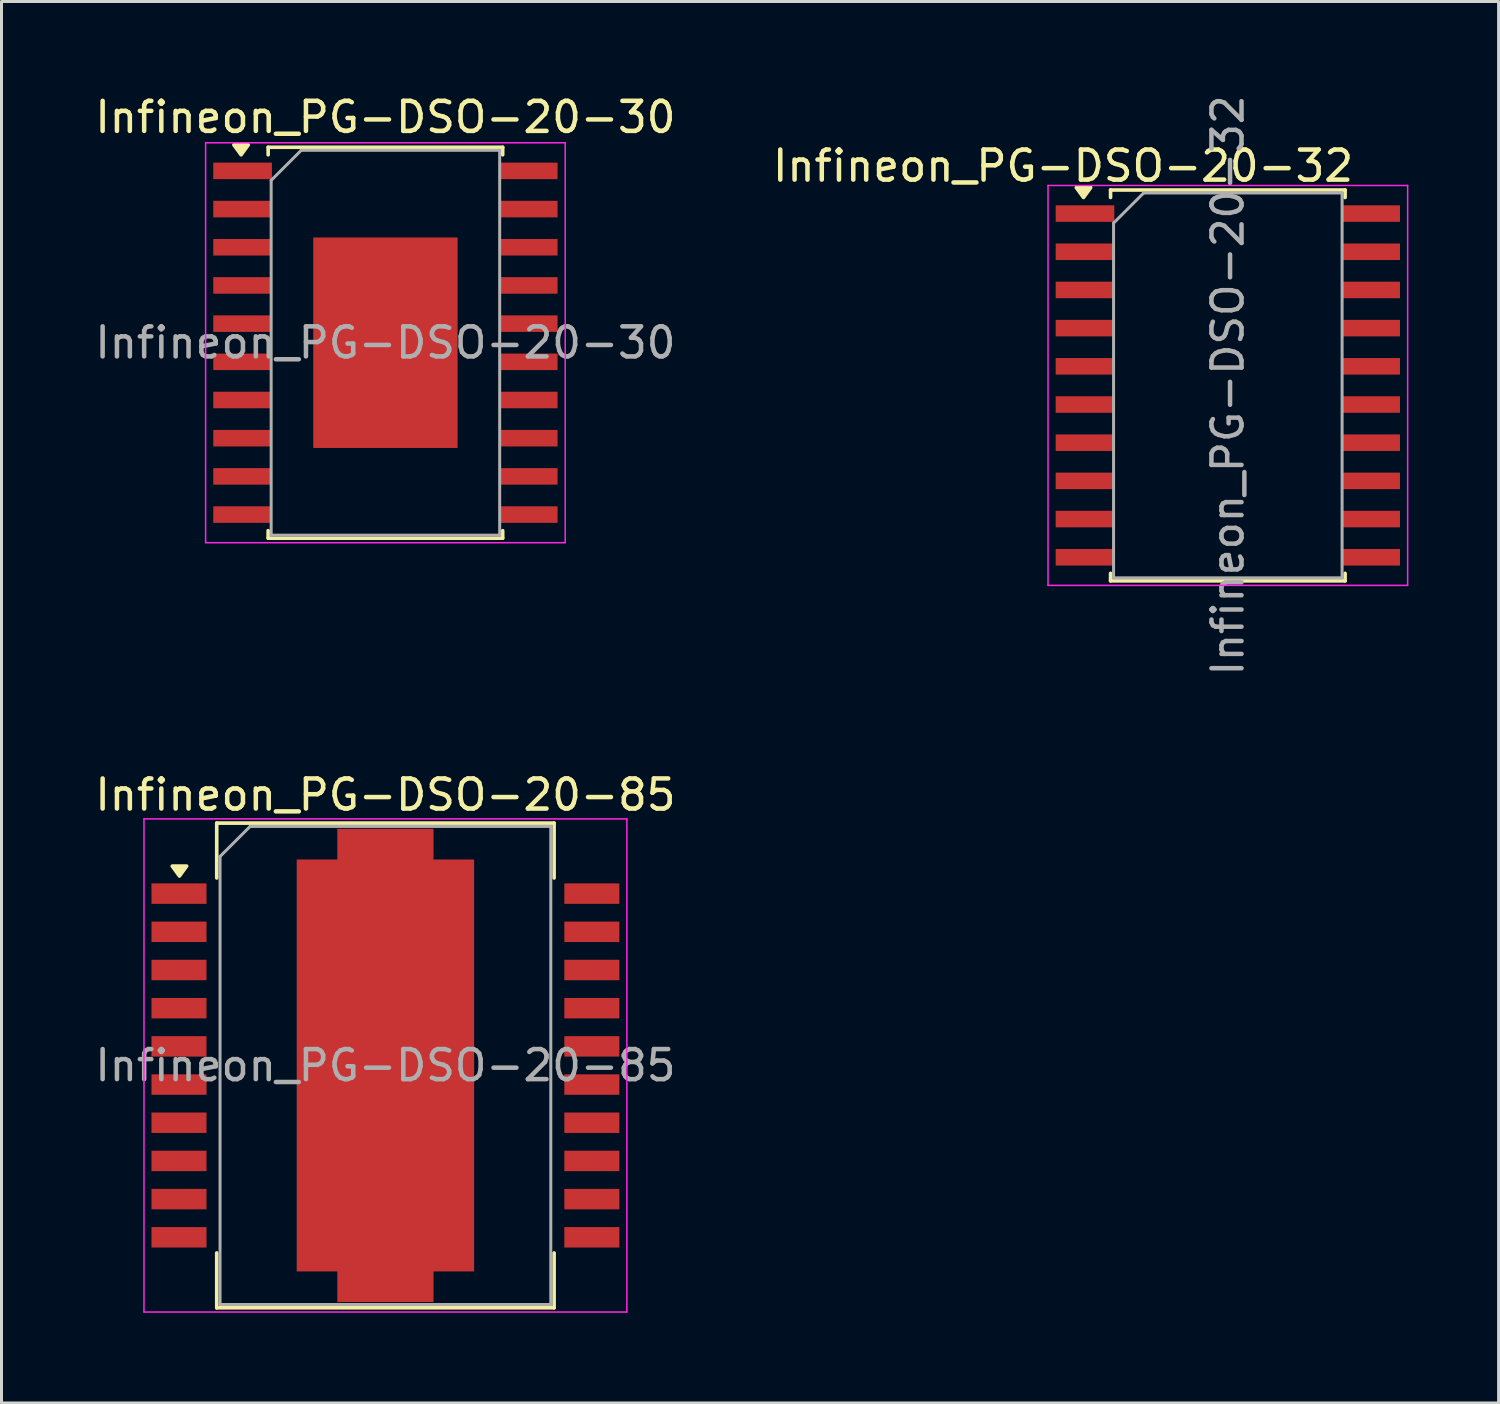
<source format=kicad_pcb>
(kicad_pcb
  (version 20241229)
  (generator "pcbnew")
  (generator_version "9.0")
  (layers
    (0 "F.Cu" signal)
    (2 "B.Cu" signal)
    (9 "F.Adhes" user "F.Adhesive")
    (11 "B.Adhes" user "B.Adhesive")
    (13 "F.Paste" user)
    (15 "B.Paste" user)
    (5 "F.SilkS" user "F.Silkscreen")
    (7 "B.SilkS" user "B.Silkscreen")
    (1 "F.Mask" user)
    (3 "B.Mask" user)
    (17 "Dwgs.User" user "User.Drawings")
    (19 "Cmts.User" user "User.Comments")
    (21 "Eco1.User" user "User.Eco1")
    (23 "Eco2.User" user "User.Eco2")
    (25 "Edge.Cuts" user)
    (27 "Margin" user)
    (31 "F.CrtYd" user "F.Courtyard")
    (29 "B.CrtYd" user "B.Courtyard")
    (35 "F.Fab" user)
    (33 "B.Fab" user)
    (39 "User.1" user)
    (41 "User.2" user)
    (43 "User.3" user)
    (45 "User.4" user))
  (footprint "Infineon_PG-DSO-20-32"
    (layer "F.Cu")
    (at 37.784 9.768)
    (property "Reference" "Infineon_PG-DSO-20-32" (at -5.48 -7.3 0) (layer "F.SilkS") (effects (font (size 1 1) (thickness 0.15))))
    (attr smd)
    (fp_line (start -3.9 -6.5) (end 3.9 -6.5) (stroke (width 0.12) (type solid)) (layer "F.SilkS"))
    (fp_line (start -3.9 -6.25) (end -3.9 -6.5) (stroke (width 0.12) (type solid)) (layer "F.SilkS"))
    (fp_line (start -3.9 6.5) (end -3.9 6.25) (stroke (width 0.12) (type solid)) (layer "F.SilkS"))
    (fp_line (start 3.9 -6.25) (end 3.9 -6.5) (stroke (width 0.12) (type solid)) (layer "F.SilkS"))
    (fp_line (start 3.9 6.5) (end -3.9 6.5) (stroke (width 0.12) (type solid)) (layer "F.SilkS"))
    (fp_line (start 3.9 6.5) (end 3.9 6.25) (stroke (width 0.12) (type solid)) (layer "F.SilkS"))
    (fp_poly (pts (xy -4.8 -6.25) (xy -5.04 -6.58) (xy -4.56 -6.58) (xy -4.8 -6.25)) (stroke (width 0.12) (type solid)) (fill yes) (layer "F.SilkS"))
    (fp_line (start -5.98 -6.65) (end 5.98 -6.65) (stroke (width 0.05) (type solid)) (layer "F.CrtYd"))
    (fp_line (start -5.98 6.65) (end -5.98 -6.65) (stroke (width 0.05) (type solid)) (layer "F.CrtYd"))
    (fp_line (start -5.98 6.65) (end 5.98 6.65) (stroke (width 0.05) (type solid)) (layer "F.CrtYd"))
    (fp_line (start 5.98 6.65) (end 5.98 -6.65) (stroke (width 0.05) (type solid)) (layer "F.CrtYd"))
    (fp_line (start -3.8 -5.4) (end -2.8 -6.4) (stroke (width 0.1) (type solid)) (layer "F.Fab"))
    (fp_line (start -3.8 6.4) (end -3.8 -5.4) (stroke (width 0.1) (type solid)) (layer "F.Fab"))
    (fp_line (start -2.8 -6.4) (end 3.8 -6.4) (stroke (width 0.1) (type solid)) (layer "F.Fab"))
    (fp_line (start 3.8 -6.4) (end 3.8 6.4) (stroke (width 0.1) (type solid)) (layer "F.Fab"))
    (fp_line (start 3.8 6.4) (end -3.8 6.4) (stroke (width 0.1) (type solid)) (layer "F.Fab"))
    (fp_text user "${REFERENCE}" (at 0 0 90) (layer "F.Fab") (effects (font (size 1 1) (thickness 0.15))))
    (pad "1" smd rect (at -4.75 -5.715 90) (size 0.55 1.95) (layers "F.Cu" "F.Mask" "F.Paste"))
    (pad "2" smd rect (at -4.75 -4.445 90) (size 0.55 1.95) (layers "F.Cu" "F.Mask" "F.Paste"))
    (pad "3" smd rect (at -4.75 -3.175 90) (size 0.55 1.95) (layers "F.Cu" "F.Mask" "F.Paste"))
    (pad "4" smd rect (at -4.75 -1.905 90) (size 0.55 1.95) (layers "F.Cu" "F.Mask" "F.Paste"))
    (pad "5" smd rect (at -4.75 -0.635 90) (size 0.55 1.95) (layers "F.Cu" "F.Mask" "F.Paste"))
    (pad "6" smd rect (at -4.75 0.635 90) (size 0.55 1.95) (layers "F.Cu" "F.Mask" "F.Paste"))
    (pad "7" smd rect (at -4.75 1.905 90) (size 0.55 1.95) (layers "F.Cu" "F.Mask" "F.Paste"))
    (pad "8" smd rect (at -4.75 3.175 90) (size 0.55 1.95) (layers "F.Cu" "F.Mask" "F.Paste"))
    (pad "9" smd rect (at -4.75 4.445 90) (size 0.55 1.95) (layers "F.Cu" "F.Mask" "F.Paste"))
    (pad "10" smd rect (at -4.75 5.715 90) (size 0.55 1.95) (layers "F.Cu" "F.Mask" "F.Paste"))
    (pad "11" smd rect (at 4.75 5.715 90) (size 0.55 1.95) (layers "F.Cu" "F.Mask" "F.Paste"))
    (pad "12" smd rect (at 4.75 4.445 90) (size 0.55 1.95) (layers "F.Cu" "F.Mask" "F.Paste"))
    (pad "13" smd rect (at 4.75 3.175 90) (size 0.55 1.95) (layers "F.Cu" "F.Mask" "F.Paste"))
    (pad "14" smd rect (at 4.75 1.905 90) (size 0.55 1.95) (layers "F.Cu" "F.Mask" "F.Paste"))
    (pad "15" smd rect (at 4.75 0.635 90) (size 0.55 1.95) (layers "F.Cu" "F.Mask" "F.Paste"))
    (pad "16" smd rect (at 4.75 -0.635 90) (size 0.55 1.95) (layers "F.Cu" "F.Mask" "F.Paste"))
    (pad "17" smd rect (at 4.75 -1.905 90) (size 0.55 1.95) (layers "F.Cu" "F.Mask" "F.Paste"))
    (pad "18" smd rect (at 4.75 -3.175 90) (size 0.55 1.95) (layers "F.Cu" "F.Mask" "F.Paste"))
    (pad "19" smd rect (at 4.75 -4.445 90) (size 0.55 1.95) (layers "F.Cu" "F.Mask" "F.Paste"))
    (pad "20" smd rect (at 4.75 -5.715 90) (size 0.55 1.95) (layers "F.Cu" "F.Mask" "F.Paste")))
  (footprint "Infineon_PG-DSO-20-85"
    (layer "F.Cu")
    (at 9.768 32.384)
    (property "Reference" "Infineon_PG-DSO-20-85" (at 0 -9 0) (layer "F.SilkS") (effects (font (size 1 1) (thickness 0.15))))
    (attr smd)
    (fp_line (start -5.61 -8.06) (end 5.61 -8.06) (stroke (width 0.12) (type solid)) (layer "F.SilkS"))
    (fp_line (start -5.61 -6.235) (end -5.61 -8.06) (stroke (width 0.12) (type solid)) (layer "F.SilkS"))
    (fp_line (start -5.61 6.235) (end -5.61 8.06) (stroke (width 0.12) (type solid)) (layer "F.SilkS"))
    (fp_line (start 5.61 -6.235) (end 5.61 -8.06) (stroke (width 0.12) (type solid)) (layer "F.SilkS"))
    (fp_line (start 5.61 6.235) (end 5.61 8.06) (stroke (width 0.12) (type solid)) (layer "F.SilkS"))
    (fp_line (start 5.61 8.06) (end -5.61 8.06) (stroke (width 0.12) (type solid)) (layer "F.SilkS"))
    (fp_poly (pts (xy -6.85 -6.3) (xy -7.09 -6.63) (xy -6.61 -6.63) (xy -6.85 -6.3)) (stroke (width 0.12) (type solid)) (fill yes) (layer "F.SilkS"))
    (fp_line (start -8.03 -8.2) (end 8.03 -8.2) (stroke (width 0.05) (type solid)) (layer "F.CrtYd"))
    (fp_line (start -8.03 8.2) (end -8.03 -8.2) (stroke (width 0.05) (type solid)) (layer "F.CrtYd"))
    (fp_line (start -8.03 8.2) (end 8.03 8.2) (stroke (width 0.05) (type solid)) (layer "F.CrtYd"))
    (fp_line (start 8.03 8.2) (end 8.03 -8.2) (stroke (width 0.05) (type solid)) (layer "F.CrtYd"))
    (fp_line (start -5.5 -6.95) (end -4.5 -7.95) (stroke (width 0.1) (type solid)) (layer "F.Fab"))
    (fp_line (start -5.5 7.95) (end -5.5 -6.95) (stroke (width 0.1) (type solid)) (layer "F.Fab"))
    (fp_line (start -4.5 -7.95) (end 5.5 -7.95) (stroke (width 0.1) (type solid)) (layer "F.Fab"))
    (fp_line (start 5.5 -7.95) (end 5.5 7.95) (stroke (width 0.1) (type solid)) (layer "F.Fab"))
    (fp_line (start 5.5 7.95) (end -5.5 7.95) (stroke (width 0.1) (type solid)) (layer "F.Fab"))
    (fp_text user "${REFERENCE}" (at 0 0 0) (layer "F.Fab") (effects (font (size 1 1) (thickness 0.15))))
    (pad "" smd rect (at -1.4 -4.95) (size 2.4 2.8) (layers "F.Paste"))
    (pad "" smd rect (at -1.4 -1.65) (size 2.4 2.8) (layers "F.Paste"))
    (pad "" smd rect (at -1.4 1.65) (size 2.4 2.8) (layers "F.Paste"))
    (pad "" smd rect (at -1.4 4.95) (size 2.4 2.8) (layers "F.Paste"))
    (pad "" smd rect (at 0 -7.36) (size 3.2 1) (layers "F.Paste"))
    (pad "" smd rect (at 0 7.36) (size 3.2 1) (layers "F.Paste"))
    (pad "" smd rect (at 1.4 -4.95) (size 2.4 2.8) (layers "F.Paste"))
    (pad "" smd rect (at 1.4 -1.65) (size 2.4 2.8) (layers "F.Paste"))
    (pad "" smd rect (at 1.4 1.65) (size 2.4 2.8) (layers "F.Paste"))
    (pad "" smd rect (at 1.4 4.95) (size 2.4 2.8) (layers "F.Paste"))
    (pad "1" smd rect (at -6.865 -5.715) (size 1.83 0.68) (layers "F.Cu" "F.Mask" "F.Paste"))
    (pad "2" smd rect (at -6.865 -4.445) (size 1.83 0.68) (layers "F.Cu" "F.Mask" "F.Paste"))
    (pad "3" smd rect (at -6.865 -3.175) (size 1.83 0.68) (layers "F.Cu" "F.Mask" "F.Paste"))
    (pad "4" smd rect (at -6.865 -1.905) (size 1.83 0.68) (layers "F.Cu" "F.Mask" "F.Paste"))
    (pad "5" smd rect (at -6.865 -0.635) (size 1.83 0.68) (layers "F.Cu" "F.Mask" "F.Paste"))
    (pad "6" smd rect (at -6.865 0.635) (size 1.83 0.68) (layers "F.Cu" "F.Mask" "F.Paste"))
    (pad "7" smd rect (at -6.865 1.905) (size 1.83 0.68) (layers "F.Cu" "F.Mask" "F.Paste"))
    (pad "8" smd rect (at -6.865 3.175) (size 1.83 0.68) (layers "F.Cu" "F.Mask" "F.Paste"))
    (pad "9" smd rect (at -6.865 4.445) (size 1.83 0.68) (layers "F.Cu" "F.Mask" "F.Paste"))
    (pad "10" smd rect (at -6.865 5.715) (size 1.83 0.68) (layers "F.Cu" "F.Mask" "F.Paste"))
    (pad "11" smd rect (at 6.865 5.715) (size 1.83 0.68) (layers "F.Cu" "F.Mask" "F.Paste"))
    (pad "12" smd rect (at 6.865 4.445) (size 1.83 0.68) (layers "F.Cu" "F.Mask" "F.Paste"))
    (pad "13" smd rect (at 6.865 3.175) (size 1.83 0.68) (layers "F.Cu" "F.Mask" "F.Paste"))
    (pad "14" smd rect (at 6.865 1.905) (size 1.83 0.68) (layers "F.Cu" "F.Mask" "F.Paste"))
    (pad "15" smd rect (at 6.865 0.635) (size 1.83 0.68) (layers "F.Cu" "F.Mask" "F.Paste"))
    (pad "16" smd rect (at 6.865 -0.635) (size 1.83 0.68) (layers "F.Cu" "F.Mask" "F.Paste"))
    (pad "17" smd rect (at 6.865 -1.905) (size 1.83 0.68) (layers "F.Cu" "F.Mask" "F.Paste"))
    (pad "18" smd rect (at 6.865 -3.175) (size 1.83 0.68) (layers "F.Cu" "F.Mask" "F.Paste"))
    (pad "19" smd rect (at 6.865 -4.445) (size 1.83 0.68) (layers "F.Cu" "F.Mask" "F.Paste"))
    (pad "20" smd rect (at 6.865 -5.715) (size 1.83 0.68) (layers "F.Cu" "F.Mask" "F.Paste"))
    (pad "21" smd custom (at 0 0) (size 5.9 13.7) (layers "F.Cu" "F.Mask") (options (anchor rect)) (primitives (gr_poly (pts (xy 1.6 7.87) (xy -1.6 7.87) (xy -1.6 -7.87) (xy 1.6 -7.87)) (width 0) (fill yes)))))
  (footprint "Infineon_PG-DSO-20-30"
    (layer "F.Cu")
    (at 9.768 8.348)
    (property "Reference" "Infineon_PG-DSO-20-30" (at 0 -7.5 0) (layer "F.SilkS") (effects (font (size 1 1) (thickness 0.15))))
    (attr smd)
    (fp_line (start -3.9 -6.5) (end 3.9 -6.5) (stroke (width 0.12) (type solid)) (layer "F.SilkS"))
    (fp_line (start -3.9 -6.25) (end -3.9 -6.5) (stroke (width 0.12) (type solid)) (layer "F.SilkS"))
    (fp_line (start -3.9 6.5) (end -3.9 6.25) (stroke (width 0.12) (type solid)) (layer "F.SilkS"))
    (fp_line (start 3.9 -6.25) (end 3.9 -6.5) (stroke (width 0.12) (type solid)) (layer "F.SilkS"))
    (fp_line (start 3.9 6.5) (end -3.9 6.5) (stroke (width 0.12) (type solid)) (layer "F.SilkS"))
    (fp_line (start 3.9 6.5) (end 3.9 6.25) (stroke (width 0.12) (type solid)) (layer "F.SilkS"))
    (fp_poly (pts (xy -4.8 -6.25) (xy -5.04 -6.58) (xy -4.56 -6.58) (xy -4.8 -6.25)) (stroke (width 0.12) (type solid)) (fill yes) (layer "F.SilkS"))
    (fp_line (start -5.98 -6.65) (end 5.98 -6.65) (stroke (width 0.05) (type solid)) (layer "F.CrtYd"))
    (fp_line (start -5.98 6.65) (end -5.98 -6.65) (stroke (width 0.05) (type solid)) (layer "F.CrtYd"))
    (fp_line (start -5.98 6.65) (end 5.98 6.65) (stroke (width 0.05) (type solid)) (layer "F.CrtYd"))
    (fp_line (start 5.98 6.65) (end 5.98 -6.65) (stroke (width 0.05) (type solid)) (layer "F.CrtYd"))
    (fp_line (start -3.8 6.4) (end -3.8 -5.4) (stroke (width 0.1) (type solid)) (layer "F.Fab"))
    (fp_line (start -2.8 -6.4) (end -3.8 -5.4) (stroke (width 0.1) (type solid)) (layer "F.Fab"))
    (fp_line (start -2.8 -6.4) (end 3.8 -6.4) (stroke (width 0.1) (type solid)) (layer "F.Fab"))
    (fp_line (start 3.8 -6.4) (end 3.8 6.4) (stroke (width 0.1) (type solid)) (layer "F.Fab"))
    (fp_line (start 3.8 6.4) (end -3.8 6.4) (stroke (width 0.1) (type solid)) (layer "F.Fab"))
    (fp_text user "${REFERENCE}" (at 0 0 0) (layer "F.Fab") (effects (font (size 1 1) (thickness 0.15))))
    (pad "" smd rect (at -1.2 -2.8) (size 2.1 1.1) (layers "F.Paste"))
    (pad "" smd rect (at -1.2 -1.4) (size 2.1 1.1) (layers "F.Paste"))
    (pad "" smd rect (at -1.2 0) (size 2.1 1.1) (layers "F.Paste"))
    (pad "" smd rect (at -1.2 1.4) (size 2.1 1.1) (layers "F.Paste"))
    (pad "" smd rect (at -1.2 2.8) (size 2.1 1.1) (layers "F.Paste"))
    (pad "" smd rect (at 1.2 -2.8) (size 2.1 1.1) (layers "F.Paste"))
    (pad "" smd rect (at 1.2 -1.4) (size 2.1 1.1) (layers "F.Paste"))
    (pad "" smd rect (at 1.2 0) (size 2.1 1.1) (layers "F.Paste"))
    (pad "" smd rect (at 1.2 1.4) (size 2.1 1.1) (layers "F.Paste"))
    (pad "" smd rect (at 1.2 2.8) (size 2.1 1.1) (layers "F.Paste"))
    (pad "1" smd rect (at -4.75 -5.715 90) (size 0.55 1.95) (layers "F.Cu" "F.Mask" "F.Paste"))
    (pad "2" smd rect (at -4.75 -4.445 90) (size 0.55 1.95) (layers "F.Cu" "F.Mask" "F.Paste"))
    (pad "3" smd rect (at -4.75 -3.175 90) (size 0.55 1.95) (layers "F.Cu" "F.Mask" "F.Paste"))
    (pad "4" smd rect (at -4.75 -1.905 90) (size 0.55 1.95) (layers "F.Cu" "F.Mask" "F.Paste"))
    (pad "5" smd rect (at -4.75 -0.635 90) (size 0.55 1.95) (layers "F.Cu" "F.Mask" "F.Paste"))
    (pad "6" smd rect (at -4.75 0.635 90) (size 0.55 1.95) (layers "F.Cu" "F.Mask" "F.Paste"))
    (pad "7" smd rect (at -4.75 1.905 90) (size 0.55 1.95) (layers "F.Cu" "F.Mask" "F.Paste"))
    (pad "8" smd rect (at -4.75 3.175 90) (size 0.55 1.95) (layers "F.Cu" "F.Mask" "F.Paste"))
    (pad "9" smd rect (at -4.75 4.445 90) (size 0.55 1.95) (layers "F.Cu" "F.Mask" "F.Paste"))
    (pad "10" smd rect (at -4.75 5.715 90) (size 0.55 1.95) (layers "F.Cu" "F.Mask" "F.Paste"))
    (pad "11" smd rect (at 4.75 5.715 90) (size 0.55 1.95) (layers "F.Cu" "F.Mask" "F.Paste"))
    (pad "12" smd rect (at 4.75 4.445 90) (size 0.55 1.95) (layers "F.Cu" "F.Mask" "F.Paste"))
    (pad "13" smd rect (at 4.75 3.175 90) (size 0.55 1.95) (layers "F.Cu" "F.Mask" "F.Paste"))
    (pad "14" smd rect (at 4.75 1.905 90) (size 0.55 1.95) (layers "F.Cu" "F.Mask" "F.Paste"))
    (pad "15" smd rect (at 4.75 0.635 90) (size 0.55 1.95) (layers "F.Cu" "F.Mask" "F.Paste"))
    (pad "16" smd rect (at 4.75 -0.635 90) (size 0.55 1.95) (layers "F.Cu" "F.Mask" "F.Paste"))
    (pad "17" smd rect (at 4.75 -1.905 90) (size 0.55 1.95) (layers "F.Cu" "F.Mask" "F.Paste"))
    (pad "18" smd rect (at 4.75 -3.175 90) (size 0.55 1.95) (layers "F.Cu" "F.Mask" "F.Paste"))
    (pad "19" smd rect (at 4.75 -4.445 90) (size 0.55 1.95) (layers "F.Cu" "F.Mask" "F.Paste"))
    (pad "20" smd rect (at 4.75 -5.715 90) (size 0.55 1.95) (layers "F.Cu" "F.Mask" "F.Paste"))
    (pad "21" smd rect (at 0 0) (size 4.8 7) (layers "F.Cu" "F.Mask")))
  (gr_rect
    (start -3 -3)
    (end 46.789 43.609)
    (stroke (width 0.1) (type default))
    (fill no)
    (layer "Edge.Cuts")))
</source>
